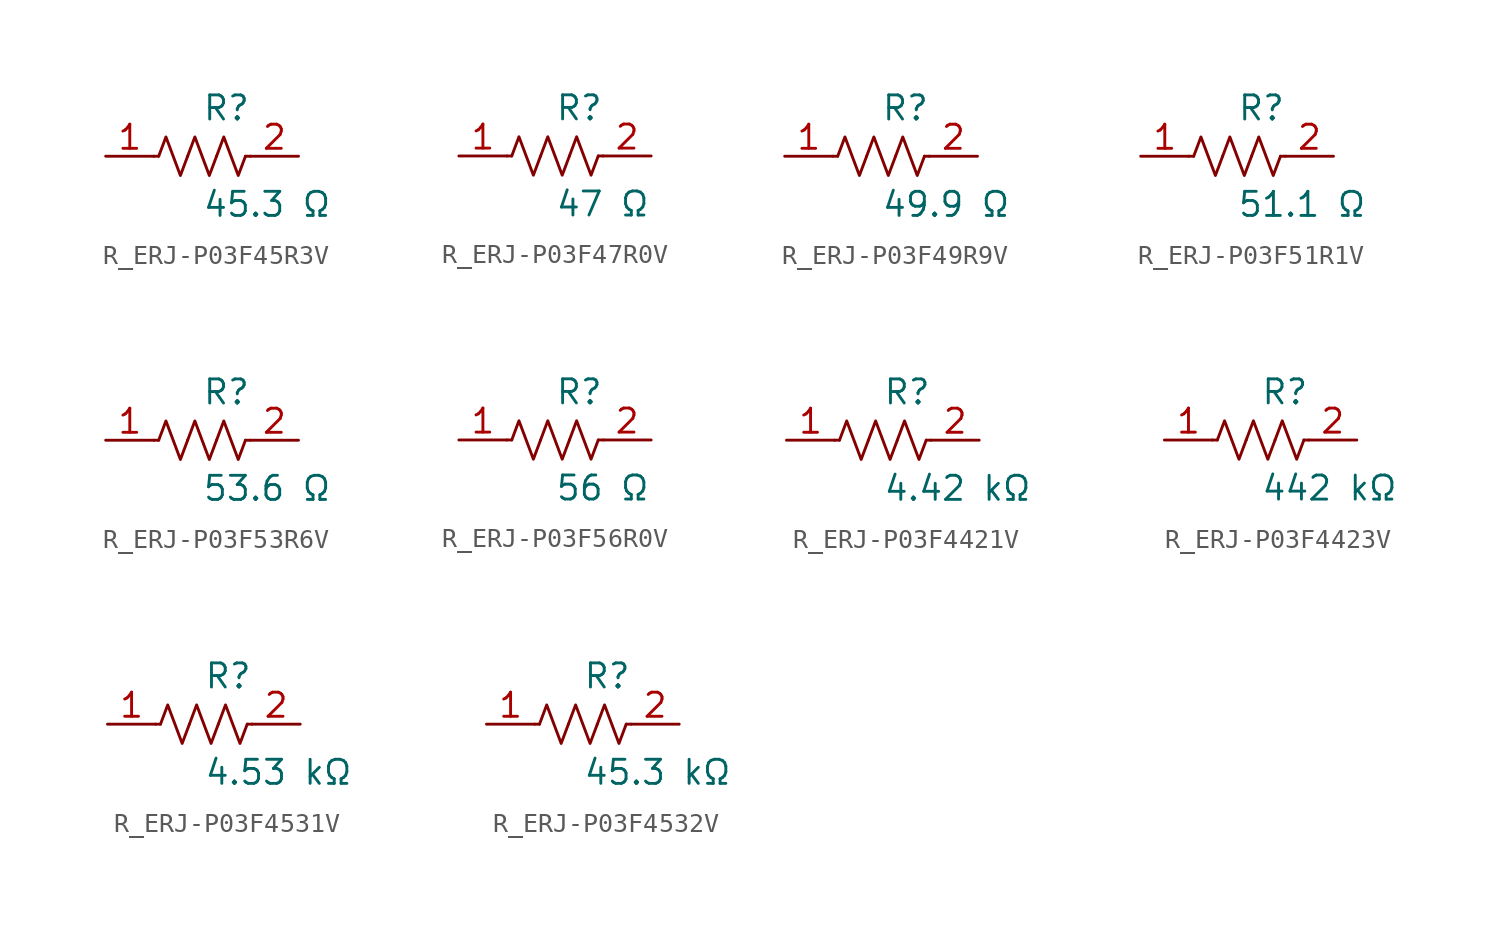
<source format=kicad_sym>
(kicad_symbol_lib
  (version 20231120)
  (generator kicad_symbol_editor)
  (generator_version 8.0)
  (symbol "R_ERJ-P03F45R3V"
    (pin_names
      (offset 0.254))
    (property "Reference" "R"
      (at 0.0 2.54 0)
      (effects (font (size 1.27 1.27)) (justify left)))
    (property "Value" "45.3 Ω"
      (at 0.0 -2.54 0)
      (effects (font (size 1.27 1.27)) (justify left)))
    (symbol "R_ERJ-P03F45R3V_0_1"
      (polyline (pts (xy 2.286 0) (xy 2.54 0)) (stroke (width 0) (type default)) (fill (type none)))
      (polyline (pts (xy -2.286 0) (xy -2.54 0)) (stroke (width 0) (type default)) (fill (type none)))
      (polyline (pts (xy 0.762 0) (xy 1.143 1.016) (xy 1.524 0) (xy 1.905 -1.016) (xy 2.286 0)) (stroke (width 0) (type default)) (fill (type none)))
      (polyline (pts (xy -0.762 0) (xy -0.381 1.016) (xy 0 0) (xy 0.381 -1.016) (xy 0.762 0)) (stroke (width 0) (type default)) (fill (type none)))
      (polyline (pts (xy -2.286 0) (xy -1.905 1.016) (xy -1.524 0) (xy -1.143 -1.016) (xy -0.762 0)) (stroke (width 0) (type default)) (fill (type none))))
    (pin unspecified line
      (at -5.08 0 0)
      (length 2.54)
      (name "" (effects (font (size 1.27 1.27))))
      (number "1" (effects (font (size 1.27 1.27)))))
    (pin unspecified line
      (at 5.08 0 180)
      (length 2.54)
      (name "" (effects (font (size 1.27 1.27))))
      (number "2" (effects (font (size 1.27 1.27))))))
  (symbol "R_ERJ-P03F47R0V"
    (pin_names
      (offset 0.254))
    (property "Reference" "R"
      (at 0.0 2.54 0)
      (effects (font (size 1.27 1.27)) (justify left)))
    (property "Value" "47 Ω"
      (at 0.0 -2.54 0)
      (effects (font (size 1.27 1.27)) (justify left)))
    (symbol "R_ERJ-P03F47R0V_0_1"
      (polyline (pts (xy 2.286 0) (xy 2.54 0)) (stroke (width 0) (type default)) (fill (type none)))
      (polyline (pts (xy -2.286 0) (xy -2.54 0)) (stroke (width 0) (type default)) (fill (type none)))
      (polyline (pts (xy 0.762 0) (xy 1.143 1.016) (xy 1.524 0) (xy 1.905 -1.016) (xy 2.286 0)) (stroke (width 0) (type default)) (fill (type none)))
      (polyline (pts (xy -0.762 0) (xy -0.381 1.016) (xy 0 0) (xy 0.381 -1.016) (xy 0.762 0)) (stroke (width 0) (type default)) (fill (type none)))
      (polyline (pts (xy -2.286 0) (xy -1.905 1.016) (xy -1.524 0) (xy -1.143 -1.016) (xy -0.762 0)) (stroke (width 0) (type default)) (fill (type none))))
    (pin unspecified line
      (at -5.08 0 0)
      (length 2.54)
      (name "" (effects (font (size 1.27 1.27))))
      (number "1" (effects (font (size 1.27 1.27)))))
    (pin unspecified line
      (at 5.08 0 180)
      (length 2.54)
      (name "" (effects (font (size 1.27 1.27))))
      (number "2" (effects (font (size 1.27 1.27))))))
  (symbol "R_ERJ-P03F49R9V"
    (pin_names
      (offset 0.254))
    (property "Reference" "R"
      (at 0.0 2.54 0)
      (effects (font (size 1.27 1.27)) (justify left)))
    (property "Value" "49.9 Ω"
      (at 0.0 -2.54 0)
      (effects (font (size 1.27 1.27)) (justify left)))
    (symbol "R_ERJ-P03F49R9V_0_1"
      (polyline (pts (xy 2.286 0) (xy 2.54 0)) (stroke (width 0) (type default)) (fill (type none)))
      (polyline (pts (xy -2.286 0) (xy -2.54 0)) (stroke (width 0) (type default)) (fill (type none)))
      (polyline (pts (xy 0.762 0) (xy 1.143 1.016) (xy 1.524 0) (xy 1.905 -1.016) (xy 2.286 0)) (stroke (width 0) (type default)) (fill (type none)))
      (polyline (pts (xy -0.762 0) (xy -0.381 1.016) (xy 0 0) (xy 0.381 -1.016) (xy 0.762 0)) (stroke (width 0) (type default)) (fill (type none)))
      (polyline (pts (xy -2.286 0) (xy -1.905 1.016) (xy -1.524 0) (xy -1.143 -1.016) (xy -0.762 0)) (stroke (width 0) (type default)) (fill (type none))))
    (pin unspecified line
      (at -5.08 0 0)
      (length 2.54)
      (name "" (effects (font (size 1.27 1.27))))
      (number "1" (effects (font (size 1.27 1.27)))))
    (pin unspecified line
      (at 5.08 0 180)
      (length 2.54)
      (name "" (effects (font (size 1.27 1.27))))
      (number "2" (effects (font (size 1.27 1.27))))))
  (symbol "R_ERJ-P03F51R1V"
    (pin_names
      (offset 0.254))
    (property "Reference" "R"
      (at 0.0 2.54 0)
      (effects (font (size 1.27 1.27)) (justify left)))
    (property "Value" "51.1 Ω"
      (at 0.0 -2.54 0)
      (effects (font (size 1.27 1.27)) (justify left)))
    (symbol "R_ERJ-P03F51R1V_0_1"
      (polyline (pts (xy 2.286 0) (xy 2.54 0)) (stroke (width 0) (type default)) (fill (type none)))
      (polyline (pts (xy -2.286 0) (xy -2.54 0)) (stroke (width 0) (type default)) (fill (type none)))
      (polyline (pts (xy 0.762 0) (xy 1.143 1.016) (xy 1.524 0) (xy 1.905 -1.016) (xy 2.286 0)) (stroke (width 0) (type default)) (fill (type none)))
      (polyline (pts (xy -0.762 0) (xy -0.381 1.016) (xy 0 0) (xy 0.381 -1.016) (xy 0.762 0)) (stroke (width 0) (type default)) (fill (type none)))
      (polyline (pts (xy -2.286 0) (xy -1.905 1.016) (xy -1.524 0) (xy -1.143 -1.016) (xy -0.762 0)) (stroke (width 0) (type default)) (fill (type none))))
    (pin unspecified line
      (at -5.08 0 0)
      (length 2.54)
      (name "" (effects (font (size 1.27 1.27))))
      (number "1" (effects (font (size 1.27 1.27)))))
    (pin unspecified line
      (at 5.08 0 180)
      (length 2.54)
      (name "" (effects (font (size 1.27 1.27))))
      (number "2" (effects (font (size 1.27 1.27))))))
  (symbol "R_ERJ-P03F53R6V"
    (pin_names
      (offset 0.254))
    (property "Reference" "R"
      (at 0.0 2.54 0)
      (effects (font (size 1.27 1.27)) (justify left)))
    (property "Value" "53.6 Ω"
      (at 0.0 -2.54 0)
      (effects (font (size 1.27 1.27)) (justify left)))
    (symbol "R_ERJ-P03F53R6V_0_1"
      (polyline (pts (xy 2.286 0) (xy 2.54 0)) (stroke (width 0) (type default)) (fill (type none)))
      (polyline (pts (xy -2.286 0) (xy -2.54 0)) (stroke (width 0) (type default)) (fill (type none)))
      (polyline (pts (xy 0.762 0) (xy 1.143 1.016) (xy 1.524 0) (xy 1.905 -1.016) (xy 2.286 0)) (stroke (width 0) (type default)) (fill (type none)))
      (polyline (pts (xy -0.762 0) (xy -0.381 1.016) (xy 0 0) (xy 0.381 -1.016) (xy 0.762 0)) (stroke (width 0) (type default)) (fill (type none)))
      (polyline (pts (xy -2.286 0) (xy -1.905 1.016) (xy -1.524 0) (xy -1.143 -1.016) (xy -0.762 0)) (stroke (width 0) (type default)) (fill (type none))))
    (pin unspecified line
      (at -5.08 0 0)
      (length 2.54)
      (name "" (effects (font (size 1.27 1.27))))
      (number "1" (effects (font (size 1.27 1.27)))))
    (pin unspecified line
      (at 5.08 0 180)
      (length 2.54)
      (name "" (effects (font (size 1.27 1.27))))
      (number "2" (effects (font (size 1.27 1.27))))))
  (symbol "R_ERJ-P03F56R0V"
    (pin_names
      (offset 0.254))
    (property "Reference" "R"
      (at 0.0 2.54 0)
      (effects (font (size 1.27 1.27)) (justify left)))
    (property "Value" "56 Ω"
      (at 0.0 -2.54 0)
      (effects (font (size 1.27 1.27)) (justify left)))
    (symbol "R_ERJ-P03F56R0V_0_1"
      (polyline (pts (xy 2.286 0) (xy 2.54 0)) (stroke (width 0) (type default)) (fill (type none)))
      (polyline (pts (xy -2.286 0) (xy -2.54 0)) (stroke (width 0) (type default)) (fill (type none)))
      (polyline (pts (xy 0.762 0) (xy 1.143 1.016) (xy 1.524 0) (xy 1.905 -1.016) (xy 2.286 0)) (stroke (width 0) (type default)) (fill (type none)))
      (polyline (pts (xy -0.762 0) (xy -0.381 1.016) (xy 0 0) (xy 0.381 -1.016) (xy 0.762 0)) (stroke (width 0) (type default)) (fill (type none)))
      (polyline (pts (xy -2.286 0) (xy -1.905 1.016) (xy -1.524 0) (xy -1.143 -1.016) (xy -0.762 0)) (stroke (width 0) (type default)) (fill (type none))))
    (pin unspecified line
      (at -5.08 0 0)
      (length 2.54)
      (name "" (effects (font (size 1.27 1.27))))
      (number "1" (effects (font (size 1.27 1.27)))))
    (pin unspecified line
      (at 5.08 0 180)
      (length 2.54)
      (name "" (effects (font (size 1.27 1.27))))
      (number "2" (effects (font (size 1.27 1.27))))))
  (symbol "R_ERJ-P03F4421V"
    (pin_names
      (offset 0.254))
    (property "Reference" "R"
      (at 0.0 2.54 0)
      (effects (font (size 1.27 1.27)) (justify left)))
    (property "Value" "4.42 kΩ"
      (at 0.0 -2.54 0)
      (effects (font (size 1.27 1.27)) (justify left)))
    (symbol "R_ERJ-P03F4421V_0_1"
      (polyline (pts (xy 2.286 0) (xy 2.54 0)) (stroke (width 0) (type default)) (fill (type none)))
      (polyline (pts (xy -2.286 0) (xy -2.54 0)) (stroke (width 0) (type default)) (fill (type none)))
      (polyline (pts (xy 0.762 0) (xy 1.143 1.016) (xy 1.524 0) (xy 1.905 -1.016) (xy 2.286 0)) (stroke (width 0) (type default)) (fill (type none)))
      (polyline (pts (xy -0.762 0) (xy -0.381 1.016) (xy 0 0) (xy 0.381 -1.016) (xy 0.762 0)) (stroke (width 0) (type default)) (fill (type none)))
      (polyline (pts (xy -2.286 0) (xy -1.905 1.016) (xy -1.524 0) (xy -1.143 -1.016) (xy -0.762 0)) (stroke (width 0) (type default)) (fill (type none))))
    (pin unspecified line
      (at -5.08 0 0)
      (length 2.54)
      (name "" (effects (font (size 1.27 1.27))))
      (number "1" (effects (font (size 1.27 1.27)))))
    (pin unspecified line
      (at 5.08 0 180)
      (length 2.54)
      (name "" (effects (font (size 1.27 1.27))))
      (number "2" (effects (font (size 1.27 1.27))))))
  (symbol "R_ERJ-P03F4423V"
    (pin_names
      (offset 0.254))
    (property "Reference" "R"
      (at 0.0 2.54 0)
      (effects (font (size 1.27 1.27)) (justify left)))
    (property "Value" "442 kΩ"
      (at 0.0 -2.54 0)
      (effects (font (size 1.27 1.27)) (justify left)))
    (symbol "R_ERJ-P03F4423V_0_1"
      (polyline (pts (xy 2.286 0) (xy 2.54 0)) (stroke (width 0) (type default)) (fill (type none)))
      (polyline (pts (xy -2.286 0) (xy -2.54 0)) (stroke (width 0) (type default)) (fill (type none)))
      (polyline (pts (xy 0.762 0) (xy 1.143 1.016) (xy 1.524 0) (xy 1.905 -1.016) (xy 2.286 0)) (stroke (width 0) (type default)) (fill (type none)))
      (polyline (pts (xy -0.762 0) (xy -0.381 1.016) (xy 0 0) (xy 0.381 -1.016) (xy 0.762 0)) (stroke (width 0) (type default)) (fill (type none)))
      (polyline (pts (xy -2.286 0) (xy -1.905 1.016) (xy -1.524 0) (xy -1.143 -1.016) (xy -0.762 0)) (stroke (width 0) (type default)) (fill (type none))))
    (pin unspecified line
      (at -5.08 0 0)
      (length 2.54)
      (name "" (effects (font (size 1.27 1.27))))
      (number "1" (effects (font (size 1.27 1.27)))))
    (pin unspecified line
      (at 5.08 0 180)
      (length 2.54)
      (name "" (effects (font (size 1.27 1.27))))
      (number "2" (effects (font (size 1.27 1.27))))))
  (symbol "R_ERJ-P03F4531V"
    (pin_names
      (offset 0.254))
    (property "Reference" "R"
      (at 0.0 2.54 0)
      (effects (font (size 1.27 1.27)) (justify left)))
    (property "Value" "4.53 kΩ"
      (at 0.0 -2.54 0)
      (effects (font (size 1.27 1.27)) (justify left)))
    (symbol "R_ERJ-P03F4531V_0_1"
      (polyline (pts (xy 2.286 0) (xy 2.54 0)) (stroke (width 0) (type default)) (fill (type none)))
      (polyline (pts (xy -2.286 0) (xy -2.54 0)) (stroke (width 0) (type default)) (fill (type none)))
      (polyline (pts (xy 0.762 0) (xy 1.143 1.016) (xy 1.524 0) (xy 1.905 -1.016) (xy 2.286 0)) (stroke (width 0) (type default)) (fill (type none)))
      (polyline (pts (xy -0.762 0) (xy -0.381 1.016) (xy 0 0) (xy 0.381 -1.016) (xy 0.762 0)) (stroke (width 0) (type default)) (fill (type none)))
      (polyline (pts (xy -2.286 0) (xy -1.905 1.016) (xy -1.524 0) (xy -1.143 -1.016) (xy -0.762 0)) (stroke (width 0) (type default)) (fill (type none))))
    (pin unspecified line
      (at -5.08 0 0)
      (length 2.54)
      (name "" (effects (font (size 1.27 1.27))))
      (number "1" (effects (font (size 1.27 1.27)))))
    (pin unspecified line
      (at 5.08 0 180)
      (length 2.54)
      (name "" (effects (font (size 1.27 1.27))))
      (number "2" (effects (font (size 1.27 1.27))))))
  (symbol "R_ERJ-P03F4532V"
    (pin_names
      (offset 0.254))
    (property "Reference" "R"
      (at 0.0 2.54 0)
      (effects (font (size 1.27 1.27)) (justify left)))
    (property "Value" "45.3 kΩ"
      (at 0.0 -2.54 0)
      (effects (font (size 1.27 1.27)) (justify left)))
    (symbol "R_ERJ-P03F4532V_0_1"
      (polyline (pts (xy 2.286 0) (xy 2.54 0)) (stroke (width 0) (type default)) (fill (type none)))
      (polyline (pts (xy -2.286 0) (xy -2.54 0)) (stroke (width 0) (type default)) (fill (type none)))
      (polyline (pts (xy 0.762 0) (xy 1.143 1.016) (xy 1.524 0) (xy 1.905 -1.016) (xy 2.286 0)) (stroke (width 0) (type default)) (fill (type none)))
      (polyline (pts (xy -0.762 0) (xy -0.381 1.016) (xy 0 0) (xy 0.381 -1.016) (xy 0.762 0)) (stroke (width 0) (type default)) (fill (type none)))
      (polyline (pts (xy -2.286 0) (xy -1.905 1.016) (xy -1.524 0) (xy -1.143 -1.016) (xy -0.762 0)) (stroke (width 0) (type default)) (fill (type none))))
    (pin unspecified line
      (at -5.08 0 0)
      (length 2.54)
      (name "" (effects (font (size 1.27 1.27))))
      (number "1" (effects (font (size 1.27 1.27)))))
    (pin unspecified line
      (at 5.08 0 180)
      (length 2.54)
      (name "" (effects (font (size 1.27 1.27))))
      (number "2" (effects (font (size 1.27 1.27)))))))
</source>
